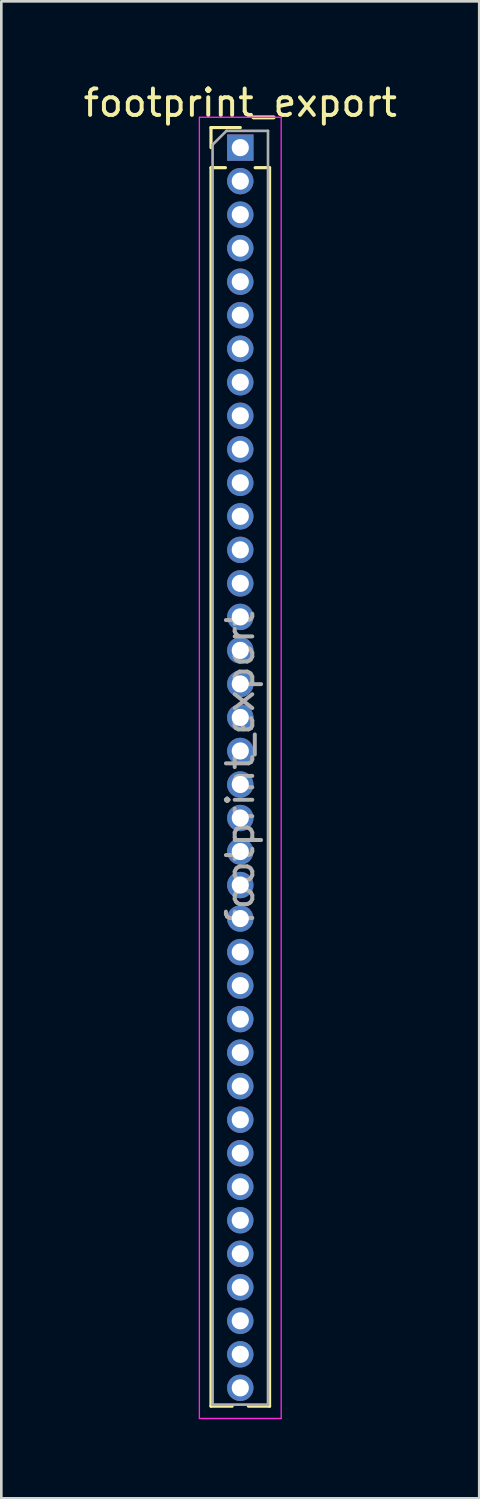
<source format=kicad_pcb>
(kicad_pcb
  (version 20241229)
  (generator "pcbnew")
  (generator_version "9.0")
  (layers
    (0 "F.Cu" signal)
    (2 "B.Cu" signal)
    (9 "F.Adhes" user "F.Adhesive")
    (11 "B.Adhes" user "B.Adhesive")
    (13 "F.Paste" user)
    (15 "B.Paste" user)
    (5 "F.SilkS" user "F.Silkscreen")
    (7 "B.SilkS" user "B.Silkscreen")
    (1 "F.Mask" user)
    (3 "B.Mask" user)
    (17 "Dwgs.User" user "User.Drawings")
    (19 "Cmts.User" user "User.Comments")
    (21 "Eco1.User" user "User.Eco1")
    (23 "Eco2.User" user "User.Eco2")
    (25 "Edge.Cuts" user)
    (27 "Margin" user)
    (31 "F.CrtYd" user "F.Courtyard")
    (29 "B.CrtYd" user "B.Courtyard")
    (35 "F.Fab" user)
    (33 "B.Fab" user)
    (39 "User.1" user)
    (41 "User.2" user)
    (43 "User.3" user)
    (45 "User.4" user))
  (footprint "footprint_export"
    (layer "F.Cu")
    (at 6.054 2.543)
    (property "Reference" "footprint_export" (at 0 -1.695 0) (layer "F.SilkS") (effects (font (size 1 1) (thickness 0.15))))
    (attr through_hole)
    (fp_line (start -1.11 -0.76) (end 0 -0.76) (stroke (width 0.12) (type solid)) (layer "F.SilkS"))
    (fp_line (start -1.11 0) (end -1.11 -0.76) (stroke (width 0.12) (type solid)) (layer "F.SilkS"))
    (fp_line (start -1.11 0.76) (end -1.11 47.685) (stroke (width 0.12) (type solid)) (layer "F.SilkS"))
    (fp_line (start -1.11 0.76) (end -0.563 0.76) (stroke (width 0.12) (type solid)) (layer "F.SilkS"))
    (fp_line (start -1.11 47.685) (end -0.308 47.685) (stroke (width 0.12) (type solid)) (layer "F.SilkS"))
    (fp_line (start 0.308 47.685) (end 1.11 47.685) (stroke (width 0.12) (type solid)) (layer "F.SilkS"))
    (fp_line (start 0.563 0.76) (end 1.11 0.76) (stroke (width 0.12) (type solid)) (layer "F.SilkS"))
    (fp_line (start 1.11 0.76) (end 1.11 47.685) (stroke (width 0.12) (type solid)) (layer "F.SilkS"))
    (fp_line (start -1.55 -1.15) (end -1.55 48.15) (stroke (width 0.05) (type solid)) (layer "F.CrtYd"))
    (fp_line (start -1.55 48.15) (end 1.55 48.15) (stroke (width 0.05) (type solid)) (layer "F.CrtYd"))
    (fp_line (start 1.55 -1.15) (end -1.55 -1.15) (stroke (width 0.05) (type solid)) (layer "F.CrtYd"))
    (fp_line (start 1.55 48.15) (end 1.55 -1.15) (stroke (width 0.05) (type solid)) (layer "F.CrtYd"))
    (fp_line (start -1.05 -0.11) (end -0.525 -0.635) (stroke (width 0.1) (type solid)) (layer "F.Fab"))
    (fp_line (start -1.05 47.625) (end -1.05 -0.11) (stroke (width 0.1) (type solid)) (layer "F.Fab"))
    (fp_line (start -0.525 -0.635) (end 1.05 -0.635) (stroke (width 0.1) (type solid)) (layer "F.Fab"))
    (fp_line (start 1.05 -0.635) (end 1.05 47.625) (stroke (width 0.1) (type solid)) (layer "F.Fab"))
    (fp_line (start 1.05 47.625) (end -1.05 47.625) (stroke (width 0.1) (type solid)) (layer "F.Fab"))
    (fp_text user "${REFERENCE}" (at 0 23.495 90) (layer "F.Fab") (effects (font (size 1 1) (thickness 0.15))))
    (pad "1" thru_hole rect (at 0 0) (size 1 1) (drill 0.65) (layers "*.Cu" "*.Mask"))
    (pad "2" thru_hole oval (at 0 1.27) (size 1 1) (drill 0.65) (layers "*.Cu" "*.Mask"))
    (pad "3" thru_hole oval (at 0 2.54) (size 1 1) (drill 0.65) (layers "*.Cu" "*.Mask"))
    (pad "4" thru_hole oval (at 0 3.81) (size 1 1) (drill 0.65) (layers "*.Cu" "*.Mask"))
    (pad "5" thru_hole oval (at 0 5.08) (size 1 1) (drill 0.65) (layers "*.Cu" "*.Mask"))
    (pad "6" thru_hole oval (at 0 6.35) (size 1 1) (drill 0.65) (layers "*.Cu" "*.Mask"))
    (pad "7" thru_hole oval (at 0 7.62) (size 1 1) (drill 0.65) (layers "*.Cu" "*.Mask"))
    (pad "8" thru_hole oval (at 0 8.89) (size 1 1) (drill 0.65) (layers "*.Cu" "*.Mask"))
    (pad "9" thru_hole oval (at 0 10.16) (size 1 1) (drill 0.65) (layers "*.Cu" "*.Mask"))
    (pad "10" thru_hole oval (at 0 11.43) (size 1 1) (drill 0.65) (layers "*.Cu" "*.Mask"))
    (pad "11" thru_hole oval (at 0 12.7) (size 1 1) (drill 0.65) (layers "*.Cu" "*.Mask"))
    (pad "12" thru_hole oval (at 0 13.97) (size 1 1) (drill 0.65) (layers "*.Cu" "*.Mask"))
    (pad "13" thru_hole oval (at 0 15.24) (size 1 1) (drill 0.65) (layers "*.Cu" "*.Mask"))
    (pad "14" thru_hole oval (at 0 16.51) (size 1 1) (drill 0.65) (layers "*.Cu" "*.Mask"))
    (pad "15" thru_hole oval (at 0 17.78) (size 1 1) (drill 0.65) (layers "*.Cu" "*.Mask"))
    (pad "16" thru_hole oval (at 0 19.05) (size 1 1) (drill 0.65) (layers "*.Cu" "*.Mask"))
    (pad "17" thru_hole oval (at 0 20.32) (size 1 1) (drill 0.65) (layers "*.Cu" "*.Mask"))
    (pad "18" thru_hole oval (at 0 21.59) (size 1 1) (drill 0.65) (layers "*.Cu" "*.Mask"))
    (pad "19" thru_hole oval (at 0 22.86) (size 1 1) (drill 0.65) (layers "*.Cu" "*.Mask"))
    (pad "20" thru_hole oval (at 0 24.13) (size 1 1) (drill 0.65) (layers "*.Cu" "*.Mask"))
    (pad "21" thru_hole oval (at 0 25.4) (size 1 1) (drill 0.65) (layers "*.Cu" "*.Mask"))
    (pad "22" thru_hole oval (at 0 26.67) (size 1 1) (drill 0.65) (layers "*.Cu" "*.Mask"))
    (pad "23" thru_hole oval (at 0 27.94) (size 1 1) (drill 0.65) (layers "*.Cu" "*.Mask"))
    (pad "24" thru_hole oval (at 0 29.21) (size 1 1) (drill 0.65) (layers "*.Cu" "*.Mask"))
    (pad "25" thru_hole oval (at 0 30.48) (size 1 1) (drill 0.65) (layers "*.Cu" "*.Mask"))
    (pad "26" thru_hole oval (at 0 31.75) (size 1 1) (drill 0.65) (layers "*.Cu" "*.Mask"))
    (pad "27" thru_hole oval (at 0 33.02) (size 1 1) (drill 0.65) (layers "*.Cu" "*.Mask"))
    (pad "28" thru_hole oval (at 0 34.29) (size 1 1) (drill 0.65) (layers "*.Cu" "*.Mask"))
    (pad "29" thru_hole oval (at 0 35.56) (size 1 1) (drill 0.65) (layers "*.Cu" "*.Mask"))
    (pad "30" thru_hole oval (at 0 36.83) (size 1 1) (drill 0.65) (layers "*.Cu" "*.Mask"))
    (pad "31" thru_hole oval (at 0 38.1) (size 1 1) (drill 0.65) (layers "*.Cu" "*.Mask"))
    (pad "32" thru_hole oval (at 0 39.37) (size 1 1) (drill 0.65) (layers "*.Cu" "*.Mask"))
    (pad "33" thru_hole oval (at 0 40.64) (size 1 1) (drill 0.65) (layers "*.Cu" "*.Mask"))
    (pad "34" thru_hole oval (at 0 41.91) (size 1 1) (drill 0.65) (layers "*.Cu" "*.Mask"))
    (pad "35" thru_hole oval (at 0 43.18) (size 1 1) (drill 0.65) (layers "*.Cu" "*.Mask"))
    (pad "36" thru_hole oval (at 0 44.45) (size 1 1) (drill 0.65) (layers "*.Cu" "*.Mask"))
    (pad "37" thru_hole oval (at 0 45.72) (size 1 1) (drill 0.65) (layers "*.Cu" "*.Mask"))
    (pad "38" thru_hole oval (at 0 46.99) (size 1 1) (drill 0.65) (layers "*.Cu" "*.Mask")))
  (gr_rect
    (start -3 -3)
    (end 15.107 53.718)
    (stroke (width 0.1) (type default))
    (fill no)
    (layer "Edge.Cuts")))
</source>
